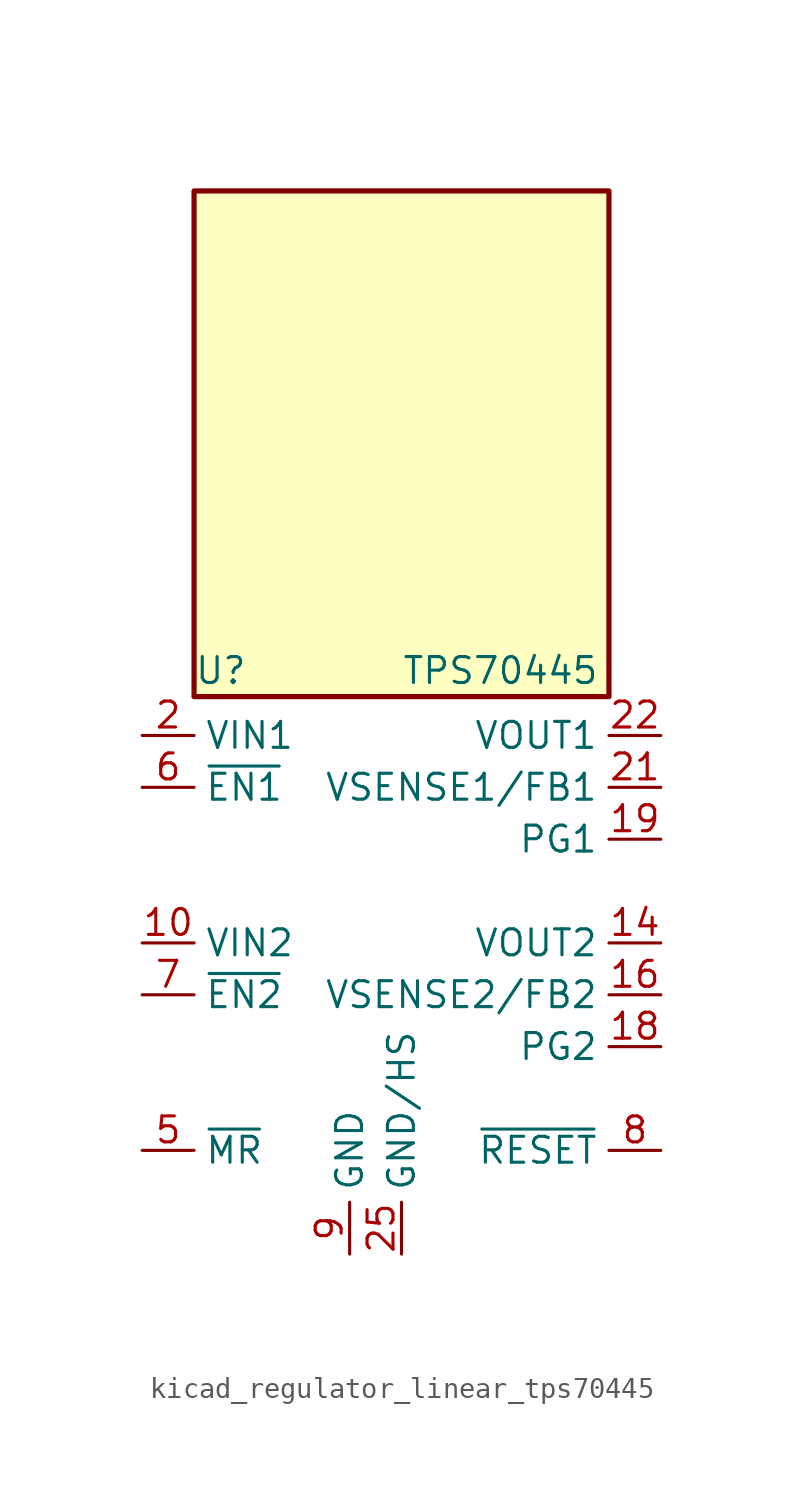
<source format=kicad_sym>
(kicad_symbol_lib
  (version 20220914)
  (generator kicad_symbol_editor)
  (symbol "kicad_regulator_linear_tps70445"
    (property "Reference" "U"
      (at -10.16 13.335 0)
      (effects (font (size 1.27 1.27)) (justify left)))
    (property "Value" "TPS70445"
      (at 0 13.335 0)
      (effects (font (size 1.27 1.27)) (justify left)))
    (symbol "kicad_regulator_linear_tps70445_0_1"
      (rectangle (start 10.16 36.83) (end -10.16 12.065) (stroke (width 0.254) (type default)) (fill (type background))))
    (symbol "kicad_regulator_linear_tps70445_1_1"
      (pin passive line (at 0 -15.24 90) (length 2.54) hide (name "GND/HS" (effects (font (size 1.27 1.27)))) (number "1" (effects (font (size 1.27 1.27)))))
      (pin power_in line (at -12.7 0 0) (length 2.54) (name "VIN2" (effects (font (size 1.27 1.27)))) (number "10" (effects (font (size 1.27 1.27)))))
      (pin passive line (at -12.7 0 0) (length 2.54) hide (name "VIN2" (effects (font (size 1.27 1.27)))) (number "11" (effects (font (size 1.27 1.27)))))
      (pin passive line (at 0 -15.24 90) (length 2.54) hide (name "GND/HS" (effects (font (size 1.27 1.27)))) (number "12" (effects (font (size 1.27 1.27)))))
      (pin passive line (at 0 -15.24 90) (length 2.54) hide (name "GND/HS" (effects (font (size 1.27 1.27)))) (number "13" (effects (font (size 1.27 1.27)))))
      (pin power_out line (at 12.7 0 180) (length 2.54) (name "VOUT2" (effects (font (size 1.27 1.27)))) (number "14" (effects (font (size 1.27 1.27)))))
      (pin passive line (at 12.7 0 180) (length 2.54) hide (name "VOUT2" (effects (font (size 1.27 1.27)))) (number "15" (effects (font (size 1.27 1.27)))))
      (pin input line (at 12.7 -2.54 180) (length 2.54) (name "VSENSE2/FB2" (effects (font (size 1.27 1.27)))) (number "16" (effects (font (size 1.27 1.27)))))
      (pin no_connect line (at -10.16 2.54 0) (length 2.54) hide (name "NC" (effects (font (size 1.27 1.27)))) (number "17" (effects (font (size 1.27 1.27)))))
      (pin open_collector line (at 12.7 -5.08 180) (length 2.54) (name "PG2" (effects (font (size 1.27 1.27)))) (number "18" (effects (font (size 1.27 1.27)))))
      (pin open_collector line (at 12.7 5.08 180) (length 2.54) (name "PG1" (effects (font (size 1.27 1.27)))) (number "19" (effects (font (size 1.27 1.27)))))
      (pin power_in line (at -12.7 10.16 0) (length 2.54) (name "VIN1" (effects (font (size 1.27 1.27)))) (number "2" (effects (font (size 1.27 1.27)))))
      (pin no_connect line (at -10.16 -5.08 0) (length 2.54) hide (name "NC" (effects (font (size 1.27 1.27)))) (number "20" (effects (font (size 1.27 1.27)))))
      (pin input line (at 12.7 7.62 180) (length 2.54) (name "VSENSE1/FB1" (effects (font (size 1.27 1.27)))) (number "21" (effects (font (size 1.27 1.27)))))
      (pin power_out line (at 12.7 10.16 180) (length 2.54) (name "VOUT1" (effects (font (size 1.27 1.27)))) (number "22" (effects (font (size 1.27 1.27)))))
      (pin passive line (at 12.7 10.16 180) (length 2.54) hide (name "VOUT1" (effects (font (size 1.27 1.27)))) (number "23" (effects (font (size 1.27 1.27)))))
      (pin passive line (at 0 -15.24 90) (length 2.54) hide (name "GND/HS" (effects (font (size 1.27 1.27)))) (number "24" (effects (font (size 1.27 1.27)))))
      (pin power_in line (at 0 -15.24 90) (length 2.54) (name "GND/HS" (effects (font (size 1.27 1.27)))) (number "25" (effects (font (size 1.27 1.27)))))
      (pin passive line (at -12.7 10.16 0) (length 2.54) hide (name "VIN1" (effects (font (size 1.27 1.27)))) (number "3" (effects (font (size 1.27 1.27)))))
      (pin no_connect line (at -10.16 5.08 0) (length 2.54) hide (name "NC" (effects (font (size 1.27 1.27)))) (number "4" (effects (font (size 1.27 1.27)))))
      (pin input line (at -12.7 -10.16 0) (length 2.54) (name "~{MR}" (effects (font (size 1.27 1.27)))) (number "5" (effects (font (size 1.27 1.27)))))
      (pin input line (at -12.7 7.62 0) (length 2.54) (name "~{EN1}" (effects (font (size 1.27 1.27)))) (number "6" (effects (font (size 1.27 1.27)))))
      (pin input line (at -12.7 -2.54 0) (length 2.54) (name "~{EN2}" (effects (font (size 1.27 1.27)))) (number "7" (effects (font (size 1.27 1.27)))))
      (pin open_collector line (at 12.7 -10.16 180) (length 2.54) (name "~{RESET}" (effects (font (size 1.27 1.27)))) (number "8" (effects (font (size 1.27 1.27)))))
      (pin power_in line (at -2.54 -15.24 90) (length 2.54) (name "GND" (effects (font (size 1.27 1.27)))) (number "9" (effects (font (size 1.27 1.27))))))))
</source>
